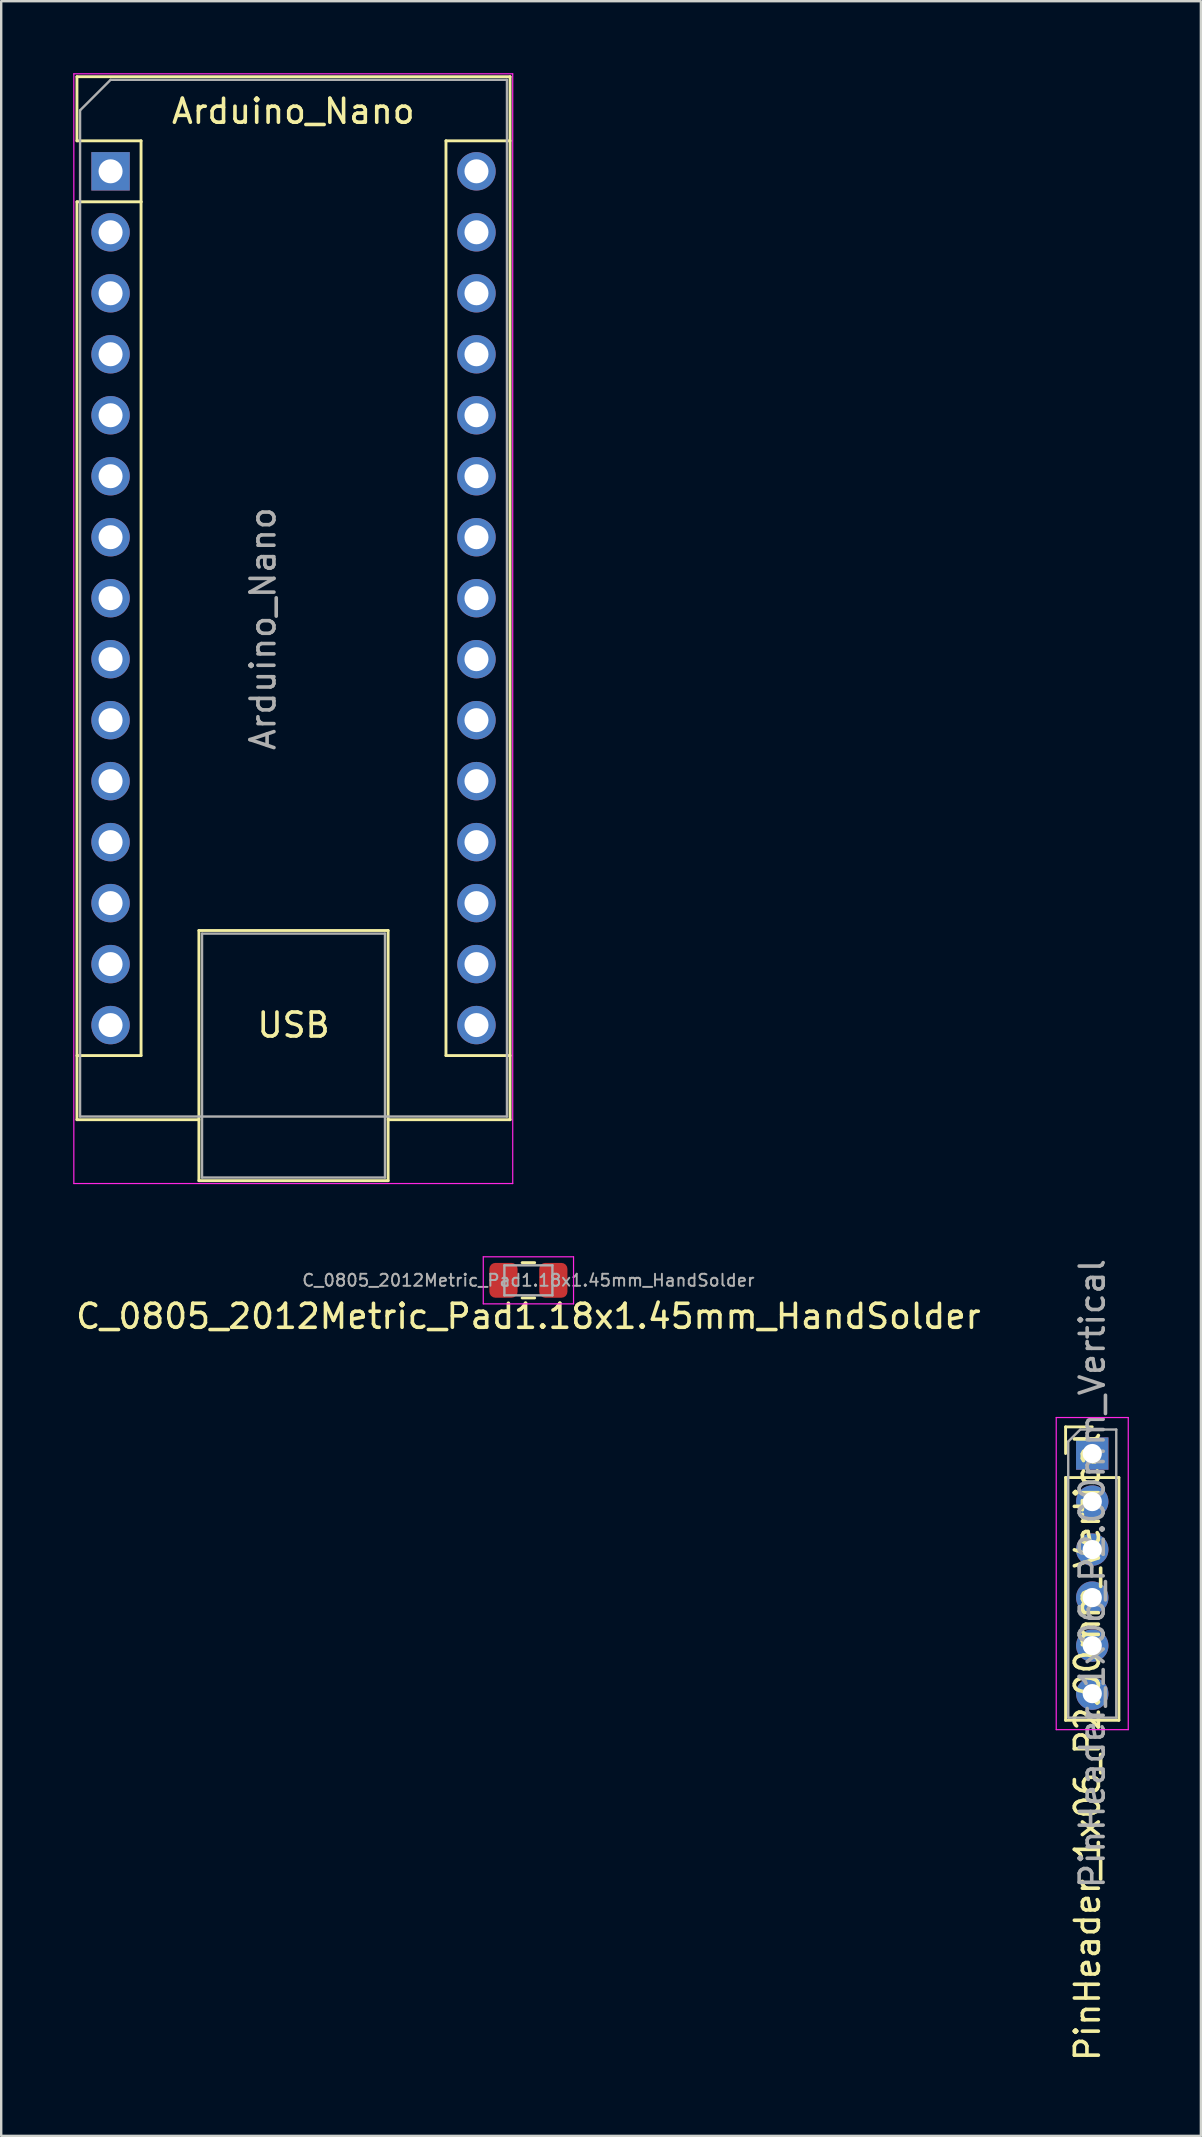
<source format=kicad_pcb>
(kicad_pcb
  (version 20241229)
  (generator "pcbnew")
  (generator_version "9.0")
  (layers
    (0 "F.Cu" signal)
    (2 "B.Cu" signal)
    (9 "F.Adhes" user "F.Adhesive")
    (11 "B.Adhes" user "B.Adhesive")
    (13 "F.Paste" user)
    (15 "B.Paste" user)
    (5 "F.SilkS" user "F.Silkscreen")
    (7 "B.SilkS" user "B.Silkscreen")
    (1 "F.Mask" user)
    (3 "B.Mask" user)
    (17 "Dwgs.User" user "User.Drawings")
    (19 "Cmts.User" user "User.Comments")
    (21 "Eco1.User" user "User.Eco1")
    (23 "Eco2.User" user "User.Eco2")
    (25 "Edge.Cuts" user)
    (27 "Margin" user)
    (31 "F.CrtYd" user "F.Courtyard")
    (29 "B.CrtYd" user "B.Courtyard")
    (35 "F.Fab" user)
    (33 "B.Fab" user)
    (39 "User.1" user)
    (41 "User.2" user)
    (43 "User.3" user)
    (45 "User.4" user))
  (footprint "C_0805_2012Metric_Pad1.18x1.45mm_HandSolder"
    (layer "F.Cu")
    (at 18.958 50.275)
    (property "Reference" "C_0805_2012Metric_Pad1.18x1.45mm_HandSolder" (at 0 1.5 180) (layer "F.SilkS") (effects (font (size 1 1) (thickness 0.15))))
    (attr smd)
    (fp_line (start -0.261 -0.735) (end 0.261 -0.735) (stroke (width 0.12) (type solid)) (layer "F.SilkS"))
    (fp_line (start -0.261 0.735) (end 0.261 0.735) (stroke (width 0.12) (type solid)) (layer "F.SilkS"))
    (fp_line (start -1.88 -0.98) (end 1.88 -0.98) (stroke (width 0.05) (type solid)) (layer "F.CrtYd"))
    (fp_line (start -1.88 0.98) (end -1.88 -0.98) (stroke (width 0.05) (type solid)) (layer "F.CrtYd"))
    (fp_line (start 1.88 -0.98) (end 1.88 0.98) (stroke (width 0.05) (type solid)) (layer "F.CrtYd"))
    (fp_line (start 1.88 0.98) (end -1.88 0.98) (stroke (width 0.05) (type solid)) (layer "F.CrtYd"))
    (fp_line (start -1 -0.625) (end 1 -0.625) (stroke (width 0.1) (type solid)) (layer "F.Fab"))
    (fp_line (start -1 0.625) (end -1 -0.625) (stroke (width 0.1) (type solid)) (layer "F.Fab"))
    (fp_line (start 1 -0.625) (end 1 0.625) (stroke (width 0.1) (type solid)) (layer "F.Fab"))
    (fp_line (start 1 0.625) (end -1 0.625) (stroke (width 0.1) (type solid)) (layer "F.Fab"))
    (fp_text user "${REFERENCE}" (at 0 0 180) (layer "F.Fab") (effects (font (size 0.5 0.5) (thickness 0.08))))
    (pad "1" smd roundrect (at -1.038 0) (size 1.175 1.45) (layers "F.Cu" "F.Mask" "F.Paste") (roundrect_rratio 0.213))
    (pad "2" smd roundrect (at 1.038 0) (size 1.175 1.45) (layers "F.Cu" "F.Mask" "F.Paste") (roundrect_rratio 0.213)))
  (footprint "Arduino_Nano"
    (layer "F.Cu")
    (at 1.555 4.085)
    (property "Reference" "Arduino_Nano" (at 7.61 -2.5 180) (layer "F.SilkS") (effects (font (size 1 1) (thickness 0.15))))
    (attr through_hole)
    (fp_line (start -1.4 -3.94) (end -1.4 -1.27) (stroke (width 0.12) (type solid)) (layer "F.SilkS"))
    (fp_line (start -1.4 1.27) (end -1.4 39.5) (stroke (width 0.12) (type solid)) (layer "F.SilkS"))
    (fp_line (start -1.4 39.5) (end 3.68 39.5) (stroke (width 0.12) (type solid)) (layer "F.SilkS"))
    (fp_line (start 1.27 -1.27) (end -1.4 -1.27) (stroke (width 0.12) (type solid)) (layer "F.SilkS"))
    (fp_line (start 1.27 1.27) (end -1.4 1.27) (stroke (width 0.12) (type solid)) (layer "F.SilkS"))
    (fp_line (start 1.27 1.27) (end 1.27 -1.27) (stroke (width 0.12) (type solid)) (layer "F.SilkS"))
    (fp_line (start 1.27 1.27) (end 1.27 36.83) (stroke (width 0.12) (type solid)) (layer "F.SilkS"))
    (fp_line (start 1.27 36.83) (end -1.4 36.83) (stroke (width 0.12) (type solid)) (layer "F.SilkS"))
    (fp_line (start 3.68 31.62) (end 11.56 31.62) (stroke (width 0.12) (type solid)) (layer "F.SilkS"))
    (fp_line (start 3.68 42.04) (end 3.68 31.62) (stroke (width 0.12) (type solid)) (layer "F.SilkS"))
    (fp_line (start 11.56 31.62) (end 11.56 42.04) (stroke (width 0.12) (type solid)) (layer "F.SilkS"))
    (fp_line (start 11.56 42.04) (end 3.68 42.04) (stroke (width 0.12) (type solid)) (layer "F.SilkS"))
    (fp_line (start 13.97 -1.27) (end 13.97 36.83) (stroke (width 0.12) (type solid)) (layer "F.SilkS"))
    (fp_line (start 13.97 -1.27) (end 16.64 -1.27) (stroke (width 0.12) (type solid)) (layer "F.SilkS"))
    (fp_line (start 13.97 36.83) (end 16.64 36.83) (stroke (width 0.12) (type solid)) (layer "F.SilkS"))
    (fp_line (start 16.64 -3.94) (end -1.4 -3.94) (stroke (width 0.12) (type solid)) (layer "F.SilkS"))
    (fp_line (start 16.64 39.5) (end 11.56 39.5) (stroke (width 0.12) (type solid)) (layer "F.SilkS"))
    (fp_line (start 16.64 39.5) (end 16.64 -3.94) (stroke (width 0.12) (type solid)) (layer "F.SilkS"))
    (fp_line (start -1.53 -4.06) (end -1.53 42.16) (stroke (width 0.05) (type solid)) (layer "F.CrtYd"))
    (fp_line (start -1.53 -4.06) (end 16.75 -4.06) (stroke (width 0.05) (type solid)) (layer "F.CrtYd"))
    (fp_line (start 16.75 42.16) (end -1.53 42.16) (stroke (width 0.05) (type solid)) (layer "F.CrtYd"))
    (fp_line (start 16.75 42.16) (end 16.75 -4.06) (stroke (width 0.05) (type solid)) (layer "F.CrtYd"))
    (fp_line (start -1.27 -2.54) (end 0 -3.81) (stroke (width 0.1) (type solid)) (layer "F.Fab"))
    (fp_line (start -1.27 39.37) (end -1.27 -2.54) (stroke (width 0.1) (type solid)) (layer "F.Fab"))
    (fp_line (start 0 -3.81) (end 16.51 -3.81) (stroke (width 0.1) (type solid)) (layer "F.Fab"))
    (fp_line (start 3.81 31.75) (end 11.43 31.75) (stroke (width 0.1) (type solid)) (layer "F.Fab"))
    (fp_line (start 3.81 41.91) (end 3.81 31.75) (stroke (width 0.1) (type solid)) (layer "F.Fab"))
    (fp_line (start 11.43 31.75) (end 11.43 41.91) (stroke (width 0.1) (type solid)) (layer "F.Fab"))
    (fp_line (start 11.43 41.91) (end 3.81 41.91) (stroke (width 0.1) (type solid)) (layer "F.Fab"))
    (fp_line (start 16.51 -3.81) (end 16.51 39.37) (stroke (width 0.1) (type solid)) (layer "F.Fab"))
    (fp_line (start 16.51 39.37) (end -1.27 39.37) (stroke (width 0.1) (type solid)) (layer "F.Fab"))
    (fp_text user "USB" (at 7.62 35.56 0) (unlocked yes) (layer "F.SilkS") (effects (font (size 1 1) (thickness 0.15))))
    (fp_text user "${REFERENCE}" (at 6.35 19.05 90) (layer "F.Fab") (effects (font (size 1 1) (thickness 0.15))))
    (pad "1" thru_hole rect (at 0 0) (size 1.6 1.6) (drill 1) (layers "*.Cu" "*.Mask"))
    (pad "2" thru_hole oval (at 0 2.54) (size 1.6 1.6) (drill 1) (layers "*.Cu" "*.Mask"))
    (pad "3" thru_hole oval (at 0 5.08) (size 1.6 1.6) (drill 1) (layers "*.Cu" "*.Mask"))
    (pad "4" thru_hole oval (at 0 7.62) (size 1.6 1.6) (drill 1) (layers "*.Cu" "*.Mask"))
    (pad "5" thru_hole oval (at 0 10.16) (size 1.6 1.6) (drill 1) (layers "*.Cu" "*.Mask"))
    (pad "6" thru_hole oval (at 0 12.7) (size 1.6 1.6) (drill 1) (layers "*.Cu" "*.Mask"))
    (pad "7" thru_hole oval (at 0 15.24) (size 1.6 1.6) (drill 1) (layers "*.Cu" "*.Mask"))
    (pad "8" thru_hole oval (at 0 17.78) (size 1.6 1.6) (drill 1) (layers "*.Cu" "*.Mask"))
    (pad "9" thru_hole oval (at 0 20.32) (size 1.6 1.6) (drill 1) (layers "*.Cu" "*.Mask"))
    (pad "10" thru_hole oval (at 0 22.86) (size 1.6 1.6) (drill 1) (layers "*.Cu" "*.Mask"))
    (pad "11" thru_hole oval (at 0 25.4) (size 1.6 1.6) (drill 1) (layers "*.Cu" "*.Mask"))
    (pad "12" thru_hole oval (at 0 27.94) (size 1.6 1.6) (drill 1) (layers "*.Cu" "*.Mask"))
    (pad "13" thru_hole oval (at 0 30.48) (size 1.6 1.6) (drill 1) (layers "*.Cu" "*.Mask"))
    (pad "14" thru_hole oval (at 0 33.02) (size 1.6 1.6) (drill 1) (layers "*.Cu" "*.Mask"))
    (pad "15" thru_hole oval (at 0 35.56) (size 1.6 1.6) (drill 1) (layers "*.Cu" "*.Mask"))
    (pad "16" thru_hole oval (at 15.24 35.56) (size 1.6 1.6) (drill 1) (layers "*.Cu" "*.Mask"))
    (pad "17" thru_hole oval (at 15.24 33.02) (size 1.6 1.6) (drill 1) (layers "*.Cu" "*.Mask"))
    (pad "18" thru_hole oval (at 15.24 30.48) (size 1.6 1.6) (drill 1) (layers "*.Cu" "*.Mask"))
    (pad "19" thru_hole oval (at 15.24 27.94) (size 1.6 1.6) (drill 1) (layers "*.Cu" "*.Mask"))
    (pad "20" thru_hole oval (at 15.24 25.4) (size 1.6 1.6) (drill 1) (layers "*.Cu" "*.Mask"))
    (pad "21" thru_hole oval (at 15.24 22.86) (size 1.6 1.6) (drill 1) (layers "*.Cu" "*.Mask"))
    (pad "22" thru_hole oval (at 15.24 20.32) (size 1.6 1.6) (drill 1) (layers "*.Cu" "*.Mask"))
    (pad "23" thru_hole oval (at 15.24 17.78) (size 1.6 1.6) (drill 1) (layers "*.Cu" "*.Mask"))
    (pad "24" thru_hole oval (at 15.24 15.24) (size 1.6 1.6) (drill 1) (layers "*.Cu" "*.Mask"))
    (pad "25" thru_hole oval (at 15.24 12.7) (size 1.6 1.6) (drill 1) (layers "*.Cu" "*.Mask"))
    (pad "26" thru_hole oval (at 15.24 10.16) (size 1.6 1.6) (drill 1) (layers "*.Cu" "*.Mask"))
    (pad "27" thru_hole oval (at 15.24 7.62) (size 1.6 1.6) (drill 1) (layers "*.Cu" "*.Mask"))
    (pad "28" thru_hole oval (at 15.24 5.08) (size 1.6 1.6) (drill 1) (layers "*.Cu" "*.Mask"))
    (pad "29" thru_hole oval (at 15.24 2.54) (size 1.6 1.6) (drill 1) (layers "*.Cu" "*.Mask"))
    (pad "30" thru_hole oval (at 15.24 0) (size 1.6 1.6) (drill 1) (layers "*.Cu" "*.Mask")))
  (footprint "PinHeader_1x06_P2.00mm_Vertical"
    (layer "F.Cu")
    (at 42.442 57.49)
    (property "Reference" "PinHeader_1x06_P2.00mm_Vertical" (at -0.2 12.2 90) (layer "F.SilkS") (effects (font (size 1 1) (thickness 0.15))))
    (attr through_hole)
    (fp_line (start -1.11 -1.11) (end 0 -1.11) (stroke (width 0.12) (type solid)) (layer "F.SilkS"))
    (fp_line (start -1.11 0) (end -1.11 -1.11) (stroke (width 0.12) (type solid)) (layer "F.SilkS"))
    (fp_line (start -1.11 1) (end -1.11 11.11) (stroke (width 0.12) (type solid)) (layer "F.SilkS"))
    (fp_line (start -1.11 1) (end 1.11 1) (stroke (width 0.12) (type solid)) (layer "F.SilkS"))
    (fp_line (start -1.11 11.11) (end 1.11 11.11) (stroke (width 0.12) (type solid)) (layer "F.SilkS"))
    (fp_line (start 1.11 1) (end 1.11 11.11) (stroke (width 0.12) (type solid)) (layer "F.SilkS"))
    (fp_line (start -1.5 -1.5) (end -1.5 11.5) (stroke (width 0.05) (type solid)) (layer "F.CrtYd"))
    (fp_line (start -1.5 11.5) (end 1.5 11.5) (stroke (width 0.05) (type solid)) (layer "F.CrtYd"))
    (fp_line (start 1.5 -1.5) (end -1.5 -1.5) (stroke (width 0.05) (type solid)) (layer "F.CrtYd"))
    (fp_line (start 1.5 11.5) (end 1.5 -1.5) (stroke (width 0.05) (type solid)) (layer "F.CrtYd"))
    (fp_line (start -1 -0.5) (end -0.5 -1) (stroke (width 0.1) (type solid)) (layer "F.Fab"))
    (fp_line (start -1 11) (end -1 -0.5) (stroke (width 0.1) (type solid)) (layer "F.Fab"))
    (fp_line (start -0.5 -1) (end 1 -1) (stroke (width 0.1) (type solid)) (layer "F.Fab"))
    (fp_line (start 1 -1) (end 1 11) (stroke (width 0.1) (type solid)) (layer "F.Fab"))
    (fp_line (start 1 11) (end -1 11) (stroke (width 0.1) (type solid)) (layer "F.Fab"))
    (fp_text user "${REFERENCE}" (at 0 5 270) (layer "F.Fab") (effects (font (size 1 1) (thickness 0.15))))
    (pad "1" thru_hole rect (at 0 0) (size 1.35 1.35) (drill 0.8) (layers "*.Cu" "*.Mask"))
    (pad "2" thru_hole circle (at 0 2) (size 1.35 1.35) (drill 0.8) (layers "*.Cu" "*.Mask"))
    (pad "3" thru_hole circle (at 0 4) (size 1.35 1.35) (drill 0.8) (layers "*.Cu" "*.Mask"))
    (pad "4" thru_hole circle (at 0 6) (size 1.35 1.35) (drill 0.8) (layers "*.Cu" "*.Mask"))
    (pad "5" thru_hole circle (at 0 8) (size 1.35 1.35) (drill 0.8) (layers "*.Cu" "*.Mask"))
    (pad "6" thru_hole circle (at 0 10) (size 1.35 1.35) (drill 0.8) (layers "*.Cu" "*.Mask")))
  (gr_rect
    (start -3 -3)
    (end 46.967 85.91)
    (stroke (width 0.1) (type default))
    (fill no)
    (layer "Edge.Cuts")))
</source>
